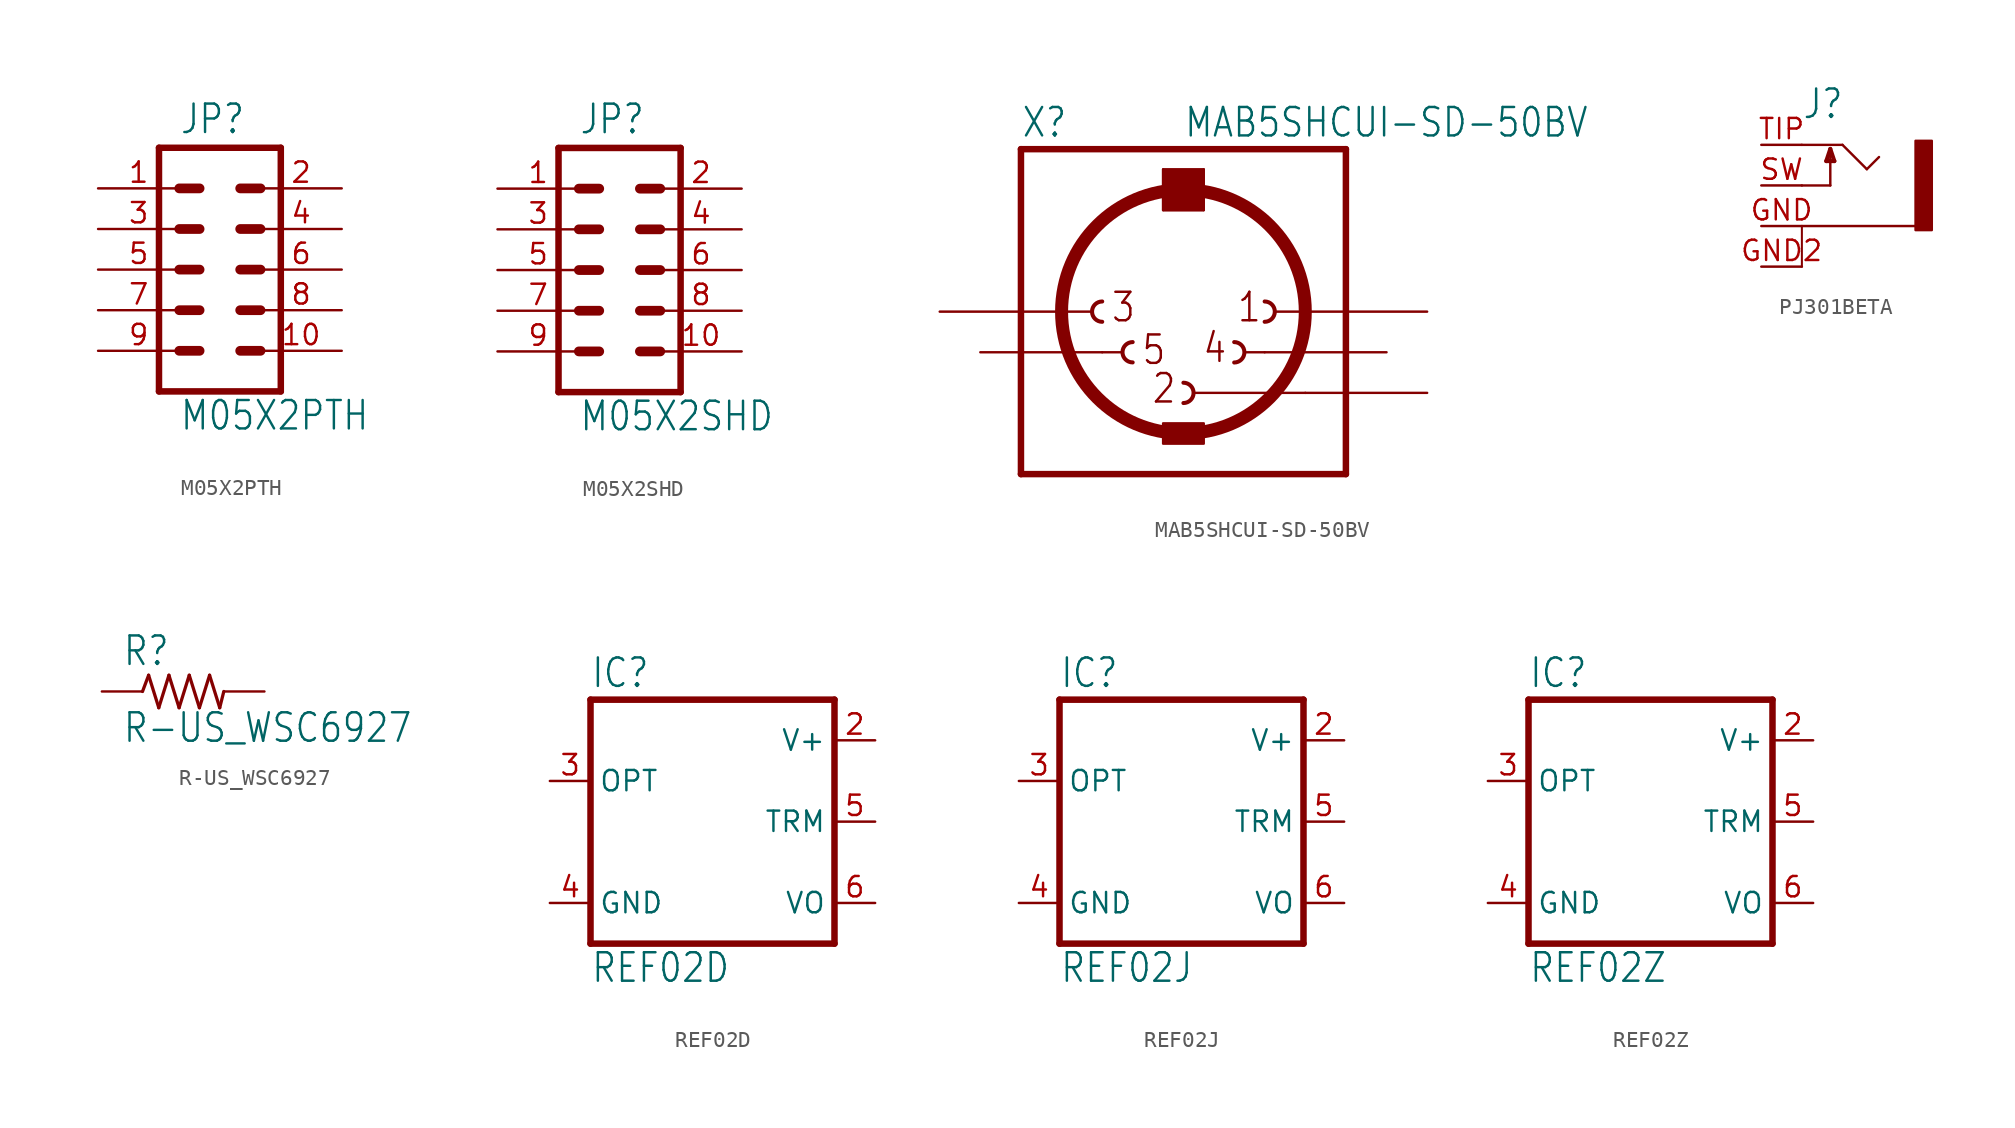
<source format=kicad_sym>
(kicad_symbol_lib
  (version 20211014)
  (generator kicad_symbol_editor)
  (symbol "M05X2PTH"
    (property "Reference" "JP"
      (at -2.54 8.382 0)
      (effects (font (size 1.778 1.511)) (justify left bottom)))
    (property "Value" "M05X2PTH"
      (at -2.54 -10.16 0)
      (effects (font (size 1.778 1.511)) (justify left bottom)))
    (property "ki_locked" ""
      (at 0 0 0)
      (effects (font (size 1.27 1.27))))
    (symbol "M05X2PTH_1_0"
      (polyline (pts (xy -3.81 7.62) (xy -3.81 -7.62)) (stroke (width 0.406) (type default) (color 0 0 0 0)) (fill (type none)))
      (polyline (pts (xy -3.81 7.62) (xy 3.81 7.62)) (stroke (width 0.406) (type default) (color 0 0 0 0)) (fill (type none)))
      (polyline (pts (xy -1.27 -5.08) (xy -2.54 -5.08)) (stroke (width 0.61) (type default) (color 0 0 0 0)) (fill (type none)))
      (polyline (pts (xy -1.27 -2.54) (xy -2.54 -2.54)) (stroke (width 0.61) (type default) (color 0 0 0 0)) (fill (type none)))
      (polyline (pts (xy -1.27 0) (xy -2.54 0)) (stroke (width 0.61) (type default) (color 0 0 0 0)) (fill (type none)))
      (polyline (pts (xy -1.27 2.54) (xy -2.54 2.54)) (stroke (width 0.61) (type default) (color 0 0 0 0)) (fill (type none)))
      (polyline (pts (xy -1.27 5.08) (xy -2.54 5.08)) (stroke (width 0.61) (type default) (color 0 0 0 0)) (fill (type none)))
      (polyline (pts (xy 1.27 -5.08) (xy 2.54 -5.08)) (stroke (width 0.61) (type default) (color 0 0 0 0)) (fill (type none)))
      (polyline (pts (xy 1.27 -2.54) (xy 2.54 -2.54)) (stroke (width 0.61) (type default) (color 0 0 0 0)) (fill (type none)))
      (polyline (pts (xy 1.27 0) (xy 2.54 0)) (stroke (width 0.61) (type default) (color 0 0 0 0)) (fill (type none)))
      (polyline (pts (xy 1.27 2.54) (xy 2.54 2.54)) (stroke (width 0.61) (type default) (color 0 0 0 0)) (fill (type none)))
      (polyline (pts (xy 1.27 5.08) (xy 2.54 5.08)) (stroke (width 0.61) (type default) (color 0 0 0 0)) (fill (type none)))
      (polyline (pts (xy 3.81 -7.62) (xy -3.81 -7.62)) (stroke (width 0.406) (type default) (color 0 0 0 0)) (fill (type none)))
      (polyline (pts (xy 3.81 -7.62) (xy 3.81 7.62)) (stroke (width 0.406) (type default) (color 0 0 0 0)) (fill (type none)))
      (pin passive line (at -7.62 5.08 0) (length 5.08) (name "1" (effects (font (size 0 0)))) (number "1" (effects (font (size 1.27 1.27)))))
      (pin passive line (at 7.62 -5.08 180) (length 5.08) (name "10" (effects (font (size 0 0)))) (number "10" (effects (font (size 1.27 1.27)))))
      (pin passive line (at 7.62 5.08 180) (length 5.08) (name "2" (effects (font (size 0 0)))) (number "2" (effects (font (size 1.27 1.27)))))
      (pin passive line (at -7.62 2.54 0) (length 5.08) (name "3" (effects (font (size 0 0)))) (number "3" (effects (font (size 1.27 1.27)))))
      (pin passive line (at 7.62 2.54 180) (length 5.08) (name "4" (effects (font (size 0 0)))) (number "4" (effects (font (size 1.27 1.27)))))
      (pin passive line (at -7.62 0 0) (length 5.08) (name "5" (effects (font (size 0 0)))) (number "5" (effects (font (size 1.27 1.27)))))
      (pin passive line (at 7.62 0 180) (length 5.08) (name "6" (effects (font (size 0 0)))) (number "6" (effects (font (size 1.27 1.27)))))
      (pin passive line (at -7.62 -2.54 0) (length 5.08) (name "7" (effects (font (size 0 0)))) (number "7" (effects (font (size 1.27 1.27)))))
      (pin passive line (at 7.62 -2.54 180) (length 5.08) (name "8" (effects (font (size 0 0)))) (number "8" (effects (font (size 1.27 1.27)))))
      (pin passive line (at -7.62 -5.08 0) (length 5.08) (name "9" (effects (font (size 0 0)))) (number "9" (effects (font (size 1.27 1.27)))))))
  (symbol "M05X2SHD"
    (property "Reference" "JP"
      (at -2.54 8.382 0)
      (effects (font (size 1.778 1.511)) (justify left bottom)))
    (property "Value" "M05X2SHD"
      (at -2.54 -10.16 0)
      (effects (font (size 1.778 1.511)) (justify left bottom)))
    (property "ki_locked" ""
      (at 0 0 0)
      (effects (font (size 1.27 1.27))))
    (symbol "M05X2SHD_1_0"
      (polyline (pts (xy -3.81 7.62) (xy -3.81 -7.62)) (stroke (width 0.406) (type default) (color 0 0 0 0)) (fill (type none)))
      (polyline (pts (xy -3.81 7.62) (xy 3.81 7.62)) (stroke (width 0.406) (type default) (color 0 0 0 0)) (fill (type none)))
      (polyline (pts (xy -1.27 -5.08) (xy -2.54 -5.08)) (stroke (width 0.61) (type default) (color 0 0 0 0)) (fill (type none)))
      (polyline (pts (xy -1.27 -2.54) (xy -2.54 -2.54)) (stroke (width 0.61) (type default) (color 0 0 0 0)) (fill (type none)))
      (polyline (pts (xy -1.27 0) (xy -2.54 0)) (stroke (width 0.61) (type default) (color 0 0 0 0)) (fill (type none)))
      (polyline (pts (xy -1.27 2.54) (xy -2.54 2.54)) (stroke (width 0.61) (type default) (color 0 0 0 0)) (fill (type none)))
      (polyline (pts (xy -1.27 5.08) (xy -2.54 5.08)) (stroke (width 0.61) (type default) (color 0 0 0 0)) (fill (type none)))
      (polyline (pts (xy 1.27 -5.08) (xy 2.54 -5.08)) (stroke (width 0.61) (type default) (color 0 0 0 0)) (fill (type none)))
      (polyline (pts (xy 1.27 -2.54) (xy 2.54 -2.54)) (stroke (width 0.61) (type default) (color 0 0 0 0)) (fill (type none)))
      (polyline (pts (xy 1.27 0) (xy 2.54 0)) (stroke (width 0.61) (type default) (color 0 0 0 0)) (fill (type none)))
      (polyline (pts (xy 1.27 2.54) (xy 2.54 2.54)) (stroke (width 0.61) (type default) (color 0 0 0 0)) (fill (type none)))
      (polyline (pts (xy 1.27 5.08) (xy 2.54 5.08)) (stroke (width 0.61) (type default) (color 0 0 0 0)) (fill (type none)))
      (polyline (pts (xy 3.81 -7.62) (xy -3.81 -7.62)) (stroke (width 0.406) (type default) (color 0 0 0 0)) (fill (type none)))
      (polyline (pts (xy 3.81 -7.62) (xy 3.81 7.62)) (stroke (width 0.406) (type default) (color 0 0 0 0)) (fill (type none)))
      (pin passive line (at -7.62 5.08 0) (length 5.08) (name "1" (effects (font (size 0 0)))) (number "1" (effects (font (size 1.27 1.27)))))
      (pin passive line (at 7.62 -5.08 180) (length 5.08) (name "10" (effects (font (size 0 0)))) (number "10" (effects (font (size 1.27 1.27)))))
      (pin passive line (at 7.62 5.08 180) (length 5.08) (name "2" (effects (font (size 0 0)))) (number "2" (effects (font (size 1.27 1.27)))))
      (pin passive line (at -7.62 2.54 0) (length 5.08) (name "3" (effects (font (size 0 0)))) (number "3" (effects (font (size 1.27 1.27)))))
      (pin passive line (at 7.62 2.54 180) (length 5.08) (name "4" (effects (font (size 0 0)))) (number "4" (effects (font (size 1.27 1.27)))))
      (pin passive line (at -7.62 0 0) (length 5.08) (name "5" (effects (font (size 0 0)))) (number "5" (effects (font (size 1.27 1.27)))))
      (pin passive line (at 7.62 0 180) (length 5.08) (name "6" (effects (font (size 0 0)))) (number "6" (effects (font (size 1.27 1.27)))))
      (pin passive line (at -7.62 -2.54 0) (length 5.08) (name "7" (effects (font (size 0 0)))) (number "7" (effects (font (size 1.27 1.27)))))
      (pin passive line (at 7.62 -2.54 180) (length 5.08) (name "8" (effects (font (size 0 0)))) (number "8" (effects (font (size 1.27 1.27)))))
      (pin passive line (at -7.62 -5.08 0) (length 5.08) (name "9" (effects (font (size 0 0)))) (number "9" (effects (font (size 1.27 1.27)))))))
  (symbol "MAB5SHCUI-SD-50BV"
    (property "Reference" "X"
      (at -10.16 10.795 0)
      (effects (font (size 1.778 1.511)) (justify left bottom)))
    (property "Value" "MAB5SHCUI-SD-50BV"
      (at 0 10.795 0)
      (effects (font (size 1.778 1.511)) (justify left bottom)))
    (property "ki_locked" ""
      (at 0 0 0)
      (effects (font (size 1.27 1.27))))
    (symbol "MAB5SHCUI-SD-50BV_1_0"
      (arc (start -5.08 0.635) (mid -5.715 0) (end -5.08 -0.635) (stroke (width 0.254) (type default) (color 0 0 0 0)) (fill (type none)))
      (arc (start -3.175 -1.905) (mid -3.81 -2.54) (end -3.175 -3.175) (stroke (width 0.254) (type default) (color 0 0 0 0)) (fill (type none)))
      (rectangle (start -1.27 -8.255) (end 1.27 -6.985) (stroke (width 0) (type default) (color 0 0 0 0)) (fill (type outline)))
      (rectangle (start -1.27 6.35) (end 1.27 8.89) (stroke (width 0) (type default) (color 0 0 0 0)) (fill (type outline)))
      (arc (start 0 -5.715) (mid 0.635 -5.08) (end 0 -4.445) (stroke (width 0.254) (type default) (color 0 0 0 0)) (fill (type none)))
      (polyline (pts (xy -10.16 -10.16) (xy -10.16 10.16)) (stroke (width 0.406) (type default) (color 0 0 0 0)) (fill (type none)))
      (polyline (pts (xy -10.16 -10.16) (xy 10.16 -10.16)) (stroke (width 0.406) (type default) (color 0 0 0 0)) (fill (type none)))
      (polyline (pts (xy -7.62 0) (xy -5.715 0)) (stroke (width 0.152) (type default) (color 0 0 0 0)) (fill (type none)))
      (polyline (pts (xy -5.08 -2.54) (xy -3.81 -2.54)) (stroke (width 0.152) (type default) (color 0 0 0 0)) (fill (type none)))
      (polyline (pts (xy -1.27 6.35) (xy -1.27 8.89)) (stroke (width 0.152) (type default) (color 0 0 0 0)) (fill (type none)))
      (polyline (pts (xy -1.27 6.35) (xy 1.27 6.35)) (stroke (width 0.152) (type default) (color 0 0 0 0)) (fill (type none)))
      (polyline (pts (xy -1.27 8.89) (xy 1.27 8.89)) (stroke (width 0.152) (type default) (color 0 0 0 0)) (fill (type none)))
      (polyline (pts (xy 0.635 -5.08) (xy 7.62 -5.08)) (stroke (width 0.152) (type default) (color 0 0 0 0)) (fill (type none)))
      (polyline (pts (xy 1.27 8.89) (xy 1.27 6.35)) (stroke (width 0.152) (type default) (color 0 0 0 0)) (fill (type none)))
      (polyline (pts (xy 3.81 -2.54) (xy 5.08 -2.54)) (stroke (width 0.152) (type default) (color 0 0 0 0)) (fill (type none)))
      (polyline (pts (xy 5.715 0) (xy 7.62 0)) (stroke (width 0.152) (type default) (color 0 0 0 0)) (fill (type none)))
      (polyline (pts (xy 10.16 10.16) (xy -10.16 10.16)) (stroke (width 0.406) (type default) (color 0 0 0 0)) (fill (type none)))
      (polyline (pts (xy 10.16 10.16) (xy 10.16 -10.16)) (stroke (width 0.406) (type default) (color 0 0 0 0)) (fill (type none)))
      (circle (center 0 0) (radius 7.62) (stroke (width 0.813) (type default) (color 0 0 0 0)) (fill (type none)))
      (arc (start 3.175 -3.175) (mid 3.81 -2.54) (end 3.175 -1.905) (stroke (width 0.254) (type default) (color 0 0 0 0)) (fill (type none)))
      (arc (start 5.08 -0.635) (mid 5.715 0) (end 5.08 0.635) (stroke (width 0.254) (type default) (color 0 0 0 0)) (fill (type none)))
      (text "1" (at 3.302 -0.762 0) (effects (font (size 1.778 1.511)) (justify left bottom)))
      (text "2" (at -2.032 -5.842 0) (effects (font (size 1.778 1.511)) (justify left bottom)))
      (text "3" (at -4.572 -0.762 0) (effects (font (size 1.778 1.511)) (justify left bottom)))
      (text "4" (at 1.143 -3.302 0) (effects (font (size 1.778 1.511)) (justify left bottom)))
      (text "5" (at -2.667 -3.429 0) (effects (font (size 1.778 1.511)) (justify left bottom)))
      (pin passive line (at 15.24 0 180) (length 7.62) (name "1" (effects (font (size 0 0)))) (number "1" (effects (font (size 0 0)))))
      (pin passive line (at 15.24 -5.08 180) (length 7.62) (name "2" (effects (font (size 0 0)))) (number "2" (effects (font (size 0 0)))))
      (pin passive line (at -15.24 0 0) (length 7.62) (name "3" (effects (font (size 0 0)))) (number "3" (effects (font (size 0 0)))))
      (pin passive line (at 12.7 -2.54 180) (length 7.62) (name "4" (effects (font (size 0 0)))) (number "4" (effects (font (size 0 0)))))
      (pin passive line (at -12.7 -2.54 0) (length 7.62) (name "5" (effects (font (size 0 0)))) (number "5" (effects (font (size 0 0)))))))
  (symbol "PJ301BETA"
    (property "Reference" "J"
      (at -2.54 4.064 0)
      (effects (font (size 1.778 1.511)) (justify left bottom)))
    (property "ki_locked" ""
      (at 0 0 0)
      (effects (font (size 1.27 1.27))))
    (symbol "PJ301BETA_1_0"
      (polyline (pts (xy -2.54 -5.08) (xy -2.54 -2.54)) (stroke (width 0.127) (type default) (color 0 0 0 0)) (fill (type none)))
      (polyline (pts (xy -2.54 -2.54) (xy 4.572 -2.54)) (stroke (width 0.152) (type default) (color 0 0 0 0)) (fill (type none)))
      (polyline (pts (xy -2.54 0) (xy -0.762 0)) (stroke (width 0.152) (type default) (color 0 0 0 0)) (fill (type none)))
      (polyline (pts (xy -2.54 2.54) (xy 0 2.54)) (stroke (width 0.152) (type default) (color 0 0 0 0)) (fill (type none)))
      (polyline (pts (xy -1.016 1.524) (xy -0.508 1.524)) (stroke (width 0.254) (type default) (color 0 0 0 0)) (fill (type none)))
      (polyline (pts (xy -0.762 0) (xy -0.762 2.286)) (stroke (width 0.152) (type default) (color 0 0 0 0)) (fill (type none)))
      (polyline (pts (xy -0.762 2.286) (xy -1.016 1.524)) (stroke (width 0.254) (type default) (color 0 0 0 0)) (fill (type none)))
      (polyline (pts (xy -0.508 1.524) (xy -0.762 2.286)) (stroke (width 0.254) (type default) (color 0 0 0 0)) (fill (type none)))
      (polyline (pts (xy 0 2.54) (xy 1.524 1.016)) (stroke (width 0.152) (type default) (color 0 0 0 0)) (fill (type none)))
      (polyline (pts (xy 1.524 1.016) (xy 2.286 1.778)) (stroke (width 0.152) (type default) (color 0 0 0 0)) (fill (type none)))
      (rectangle (start 4.572 2.794) (end 5.588 -2.794) (stroke (width 0) (type default) (color 0 0 0 0)) (fill (type outline)))
      (pin passive line (at -5.08 -2.54 0) (length 2.54) (name "1" (effects (font (size 0 0)))) (number "GND" (effects (font (size 1.27 1.27)))))
      (pin passive line (at -5.08 -5.08 0) (length 2.54) (name "4" (effects (font (size 0 0)))) (number "GND2" (effects (font (size 1.27 1.27)))))
      (pin passive line (at -5.08 0 0) (length 2.54) (name "3" (effects (font (size 0 0)))) (number "SW" (effects (font (size 1.27 1.27)))))
      (pin passive line (at -5.08 2.54 0) (length 2.54) (name "2" (effects (font (size 0 0)))) (number "TIP" (effects (font (size 1.27 1.27)))))))
  (symbol "R-US_WSC6927"
    (property "Reference" "R"
      (at -3.81 1.499 0)
      (effects (font (size 1.778 1.511)) (justify left bottom)))
    (property "Value" "R-US_WSC6927"
      (at -3.81 -3.302 0)
      (effects (font (size 1.778 1.511)) (justify left bottom)))
    (property "ki_locked" ""
      (at 0 0 0)
      (effects (font (size 1.27 1.27))))
    (symbol "R-US_WSC6927_1_0"
      (polyline (pts (xy -2.54 0) (xy -2.159 1.016)) (stroke (width 0.203) (type default) (color 0 0 0 0)) (fill (type none)))
      (polyline (pts (xy -2.159 1.016) (xy -1.524 -1.016)) (stroke (width 0.203) (type default) (color 0 0 0 0)) (fill (type none)))
      (polyline (pts (xy -1.524 -1.016) (xy -0.889 1.016)) (stroke (width 0.203) (type default) (color 0 0 0 0)) (fill (type none)))
      (polyline (pts (xy -0.889 1.016) (xy -0.254 -1.016)) (stroke (width 0.203) (type default) (color 0 0 0 0)) (fill (type none)))
      (polyline (pts (xy -0.254 -1.016) (xy 0.381 1.016)) (stroke (width 0.203) (type default) (color 0 0 0 0)) (fill (type none)))
      (polyline (pts (xy 0.381 1.016) (xy 1.016 -1.016)) (stroke (width 0.203) (type default) (color 0 0 0 0)) (fill (type none)))
      (polyline (pts (xy 1.016 -1.016) (xy 1.651 1.016)) (stroke (width 0.203) (type default) (color 0 0 0 0)) (fill (type none)))
      (polyline (pts (xy 1.651 1.016) (xy 2.286 -1.016)) (stroke (width 0.203) (type default) (color 0 0 0 0)) (fill (type none)))
      (polyline (pts (xy 2.286 -1.016) (xy 2.54 0)) (stroke (width 0.203) (type default) (color 0 0 0 0)) (fill (type none)))
      (pin passive line (at -5.08 0 0) (length 2.54) (name "1" (effects (font (size 0 0)))) (number "1" (effects (font (size 0 0)))))
      (pin passive line (at 5.08 0 180) (length 2.54) (name "2" (effects (font (size 0 0)))) (number "2" (effects (font (size 0 0)))))))
  (symbol "REF02D"
    (property "Reference" "IC"
      (at -7.62 8.255 0)
      (effects (font (size 1.778 1.511)) (justify left bottom)))
    (property "Value" "REF02D"
      (at -7.62 -10.16 0)
      (effects (font (size 1.778 1.511)) (justify left bottom)))
    (property "ki_locked" ""
      (at 0 0 0)
      (effects (font (size 1.27 1.27))))
    (symbol "REF02D_1_0"
      (polyline (pts (xy -7.62 -7.62) (xy 7.62 -7.62)) (stroke (width 0.406) (type default) (color 0 0 0 0)) (fill (type none)))
      (polyline (pts (xy -7.62 7.62) (xy -7.62 -7.62)) (stroke (width 0.406) (type default) (color 0 0 0 0)) (fill (type none)))
      (polyline (pts (xy 7.62 -7.62) (xy 7.62 7.62)) (stroke (width 0.406) (type default) (color 0 0 0 0)) (fill (type none)))
      (polyline (pts (xy 7.62 7.62) (xy -7.62 7.62)) (stroke (width 0.406) (type default) (color 0 0 0 0)) (fill (type none)))
      (pin power_in line (at 10.16 5.08 180) (length 2.54) (name "V+" (effects (font (size 1.27 1.27)))) (number "2" (effects (font (size 1.27 1.27)))))
      (pin output line (at -10.16 2.54 0) (length 2.54) (name "OPT" (effects (font (size 1.27 1.27)))) (number "3" (effects (font (size 1.27 1.27)))))
      (pin power_in line (at -10.16 -5.08 0) (length 2.54) (name "GND" (effects (font (size 1.27 1.27)))) (number "4" (effects (font (size 1.27 1.27)))))
      (pin input line (at 10.16 0 180) (length 2.54) (name "TRM" (effects (font (size 1.27 1.27)))) (number "5" (effects (font (size 1.27 1.27)))))
      (pin output line (at 10.16 -5.08 180) (length 2.54) (name "VO" (effects (font (size 1.27 1.27)))) (number "6" (effects (font (size 1.27 1.27)))))))
  (symbol "REF02J"
    (property "Reference" "IC"
      (at -7.62 8.255 0)
      (effects (font (size 1.778 1.511)) (justify left bottom)))
    (property "Value" "REF02J"
      (at -7.62 -10.16 0)
      (effects (font (size 1.778 1.511)) (justify left bottom)))
    (property "ki_locked" ""
      (at 0 0 0)
      (effects (font (size 1.27 1.27))))
    (symbol "REF02J_1_0"
      (polyline (pts (xy -7.62 -7.62) (xy 7.62 -7.62)) (stroke (width 0.406) (type default) (color 0 0 0 0)) (fill (type none)))
      (polyline (pts (xy -7.62 7.62) (xy -7.62 -7.62)) (stroke (width 0.406) (type default) (color 0 0 0 0)) (fill (type none)))
      (polyline (pts (xy 7.62 -7.62) (xy 7.62 7.62)) (stroke (width 0.406) (type default) (color 0 0 0 0)) (fill (type none)))
      (polyline (pts (xy 7.62 7.62) (xy -7.62 7.62)) (stroke (width 0.406) (type default) (color 0 0 0 0)) (fill (type none)))
      (pin power_in line (at 10.16 5.08 180) (length 2.54) (name "V+" (effects (font (size 1.27 1.27)))) (number "2" (effects (font (size 1.27 1.27)))))
      (pin output line (at -10.16 2.54 0) (length 2.54) (name "OPT" (effects (font (size 1.27 1.27)))) (number "3" (effects (font (size 1.27 1.27)))))
      (pin power_in line (at -10.16 -5.08 0) (length 2.54) (name "GND" (effects (font (size 1.27 1.27)))) (number "4" (effects (font (size 1.27 1.27)))))
      (pin input line (at 10.16 0 180) (length 2.54) (name "TRM" (effects (font (size 1.27 1.27)))) (number "5" (effects (font (size 1.27 1.27)))))
      (pin output line (at 10.16 -5.08 180) (length 2.54) (name "VO" (effects (font (size 1.27 1.27)))) (number "6" (effects (font (size 1.27 1.27)))))))
  (symbol "REF02Z"
    (property "Reference" "IC"
      (at -7.62 8.255 0)
      (effects (font (size 1.778 1.511)) (justify left bottom)))
    (property "Value" "REF02Z"
      (at -7.62 -10.16 0)
      (effects (font (size 1.778 1.511)) (justify left bottom)))
    (property "ki_locked" ""
      (at 0 0 0)
      (effects (font (size 1.27 1.27))))
    (symbol "REF02Z_1_0"
      (polyline (pts (xy -7.62 -7.62) (xy 7.62 -7.62)) (stroke (width 0.406) (type default) (color 0 0 0 0)) (fill (type none)))
      (polyline (pts (xy -7.62 7.62) (xy -7.62 -7.62)) (stroke (width 0.406) (type default) (color 0 0 0 0)) (fill (type none)))
      (polyline (pts (xy 7.62 -7.62) (xy 7.62 7.62)) (stroke (width 0.406) (type default) (color 0 0 0 0)) (fill (type none)))
      (polyline (pts (xy 7.62 7.62) (xy -7.62 7.62)) (stroke (width 0.406) (type default) (color 0 0 0 0)) (fill (type none)))
      (pin power_in line (at 10.16 5.08 180) (length 2.54) (name "V+" (effects (font (size 1.27 1.27)))) (number "2" (effects (font (size 1.27 1.27)))))
      (pin output line (at -10.16 2.54 0) (length 2.54) (name "OPT" (effects (font (size 1.27 1.27)))) (number "3" (effects (font (size 1.27 1.27)))))
      (pin power_in line (at -10.16 -5.08 0) (length 2.54) (name "GND" (effects (font (size 1.27 1.27)))) (number "4" (effects (font (size 1.27 1.27)))))
      (pin input line (at 10.16 0 180) (length 2.54) (name "TRM" (effects (font (size 1.27 1.27)))) (number "5" (effects (font (size 1.27 1.27)))))
      (pin output line (at 10.16 -5.08 180) (length 2.54) (name "VO" (effects (font (size 1.27 1.27)))) (number "6" (effects (font (size 1.27 1.27))))))))
</source>
